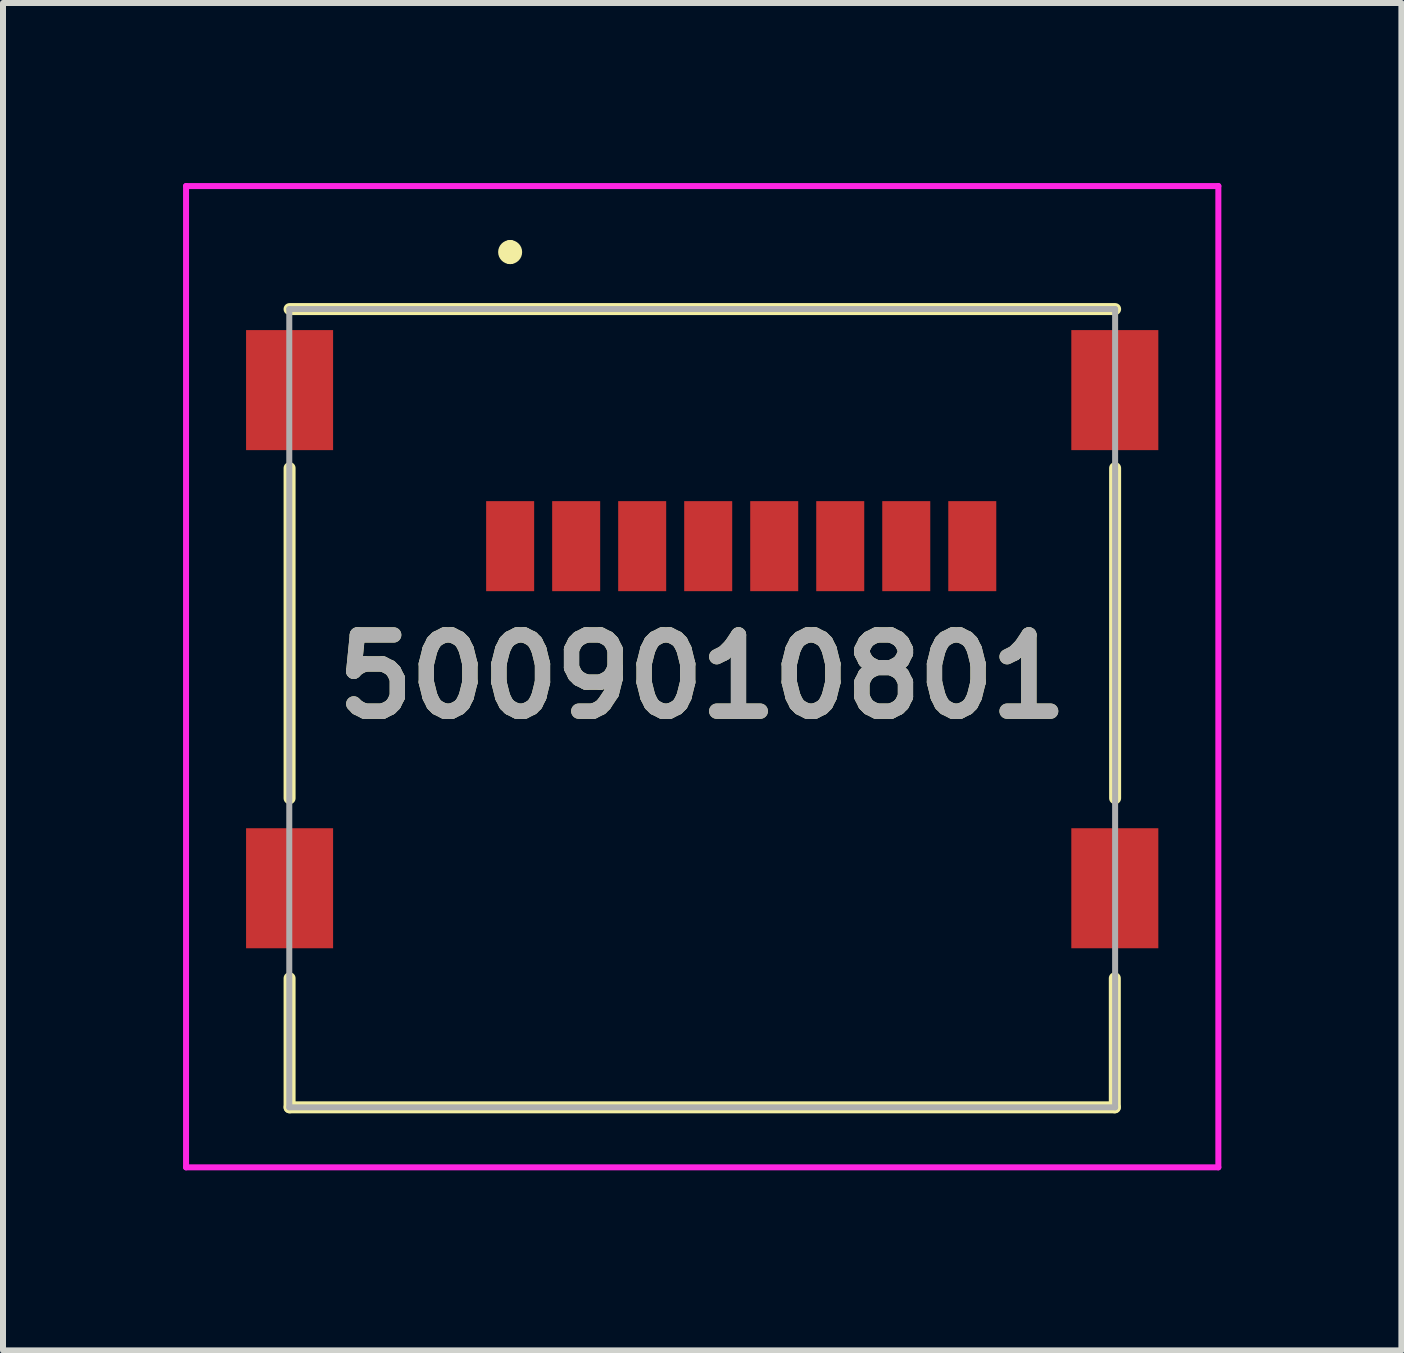
<source format=kicad_pcb>
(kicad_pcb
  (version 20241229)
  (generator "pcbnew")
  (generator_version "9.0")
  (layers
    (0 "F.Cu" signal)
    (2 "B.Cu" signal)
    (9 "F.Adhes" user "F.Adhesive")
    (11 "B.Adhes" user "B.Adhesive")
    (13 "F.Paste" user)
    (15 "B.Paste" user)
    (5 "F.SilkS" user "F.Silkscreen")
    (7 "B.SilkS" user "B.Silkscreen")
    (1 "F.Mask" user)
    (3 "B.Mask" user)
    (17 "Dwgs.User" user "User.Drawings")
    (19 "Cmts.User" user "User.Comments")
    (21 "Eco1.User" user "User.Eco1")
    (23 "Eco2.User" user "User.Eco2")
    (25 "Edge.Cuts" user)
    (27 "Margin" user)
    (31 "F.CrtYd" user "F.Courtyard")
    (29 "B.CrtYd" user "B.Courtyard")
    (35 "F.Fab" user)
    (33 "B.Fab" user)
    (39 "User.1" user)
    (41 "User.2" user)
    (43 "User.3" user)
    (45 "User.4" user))
  (footprint "5009010801"
    (layer "F.Cu")
    (at 8.65 8.75)
    (property "Reference" "5009010801" (at 0 -0.525 0) (layer "F.SilkS") (effects (font (size 1.27 1.27) (thickness 0.254))))
    (attr smd)
    (fp_line (start -6.875 -6.65) (end 6.88 -6.65) (stroke (width 0.2) (type solid)) (layer "F.SilkS"))
    (fp_line (start -6.875 -4) (end -6.875 1.5) (stroke (width 0.2) (type solid)) (layer "F.SilkS"))
    (fp_line (start -6.875 4.5) (end -6.875 6.65) (stroke (width 0.2) (type solid)) (layer "F.SilkS"))
    (fp_line (start -6.875 6.65) (end 6.875 6.65) (stroke (width 0.2) (type solid)) (layer "F.SilkS"))
    (fp_line (start -3.2 -7.7) (end -3.2 -7.7) (stroke (width 0.2) (type solid)) (layer "F.SilkS"))
    (fp_line (start -3.2 -7.5) (end -3.2 -7.5) (stroke (width 0.2) (type solid)) (layer "F.SilkS"))
    (fp_line (start 6.875 6.65) (end 6.875 4.5) (stroke (width 0.2) (type solid)) (layer "F.SilkS"))
    (fp_line (start 6.88 -4) (end 6.88 1.5) (stroke (width 0.2) (type solid)) (layer "F.SilkS"))
    (fp_arc (start -3.2 -7.7) (mid -3.1 -7.6) (end -3.2 -7.5) (stroke (width 0.2) (type solid)) (layer "F.SilkS"))
    (fp_arc (start -3.2 -7.5) (mid -3.3 -7.6) (end -3.2 -7.7) (stroke (width 0.2) (type solid)) (layer "F.SilkS"))
    (fp_line (start -8.6 -8.7) (end 8.6 -8.7) (stroke (width 0.1) (type solid)) (layer "F.CrtYd"))
    (fp_line (start -8.6 7.65) (end -8.6 -8.7) (stroke (width 0.1) (type solid)) (layer "F.CrtYd"))
    (fp_line (start 8.6 -8.7) (end 8.6 7.65) (stroke (width 0.1) (type solid)) (layer "F.CrtYd"))
    (fp_line (start 8.6 7.65) (end -8.6 7.65) (stroke (width 0.1) (type solid)) (layer "F.CrtYd"))
    (fp_line (start -6.88 -6.65) (end 6.88 -6.65) (stroke (width 0.1) (type solid)) (layer "F.Fab"))
    (fp_line (start -6.88 6.65) (end -6.88 -6.65) (stroke (width 0.1) (type solid)) (layer "F.Fab"))
    (fp_line (start 6.88 -6.65) (end 6.88 6.65) (stroke (width 0.1) (type solid)) (layer "F.Fab"))
    (fp_line (start 6.88 6.65) (end -6.88 6.65) (stroke (width 0.1) (type solid)) (layer "F.Fab"))
    (fp_text user "${REFERENCE}" (at 0 -0.525 0) (layer "F.Fab") (effects (font (size 1.27 1.27) (thickness 0.254))))
    (pad "1" smd rect (at -3.2 -2.7) (size 0.8 1.5) (layers "F.Cu" "F.Mask" "F.Paste"))
    (pad "2" smd rect (at -2.1 -2.7) (size 0.8 1.5) (layers "F.Cu" "F.Mask" "F.Paste"))
    (pad "3" smd rect (at -1 -2.7) (size 0.8 1.5) (layers "F.Cu" "F.Mask" "F.Paste"))
    (pad "4" smd rect (at 0.1 -2.7) (size 0.8 1.5) (layers "F.Cu" "F.Mask" "F.Paste"))
    (pad "5" smd rect (at 1.2 -2.7) (size 0.8 1.5) (layers "F.Cu" "F.Mask" "F.Paste"))
    (pad "6" smd rect (at 2.3 -2.7) (size 0.8 1.5) (layers "F.Cu" "F.Mask" "F.Paste"))
    (pad "7" smd rect (at 3.4 -2.7) (size 0.8 1.5) (layers "F.Cu" "F.Mask" "F.Paste"))
    (pad "8" smd rect (at 4.5 -2.7) (size 0.8 1.5) (layers "F.Cu" "F.Mask" "F.Paste"))
    (pad "MP1" smd rect (at -6.875 3) (size 1.45 2) (layers "F.Cu" "F.Mask" "F.Paste"))
    (pad "MP2" smd rect (at 6.875 3) (size 1.45 2) (layers "F.Cu" "F.Mask" "F.Paste"))
    (pad "MP3" smd rect (at -6.875 -5.3) (size 1.45 2) (layers "F.Cu" "F.Mask" "F.Paste"))
    (pad "MP4" smd rect (at 6.875 -5.3) (size 1.45 2) (layers "F.Cu" "F.Mask" "F.Paste")))
  (gr_rect
    (start -3 -3)
    (end 20.3 19.45)
    (stroke (width 0.1) (type default))
    (fill no)
    (layer "Edge.Cuts")))
</source>
